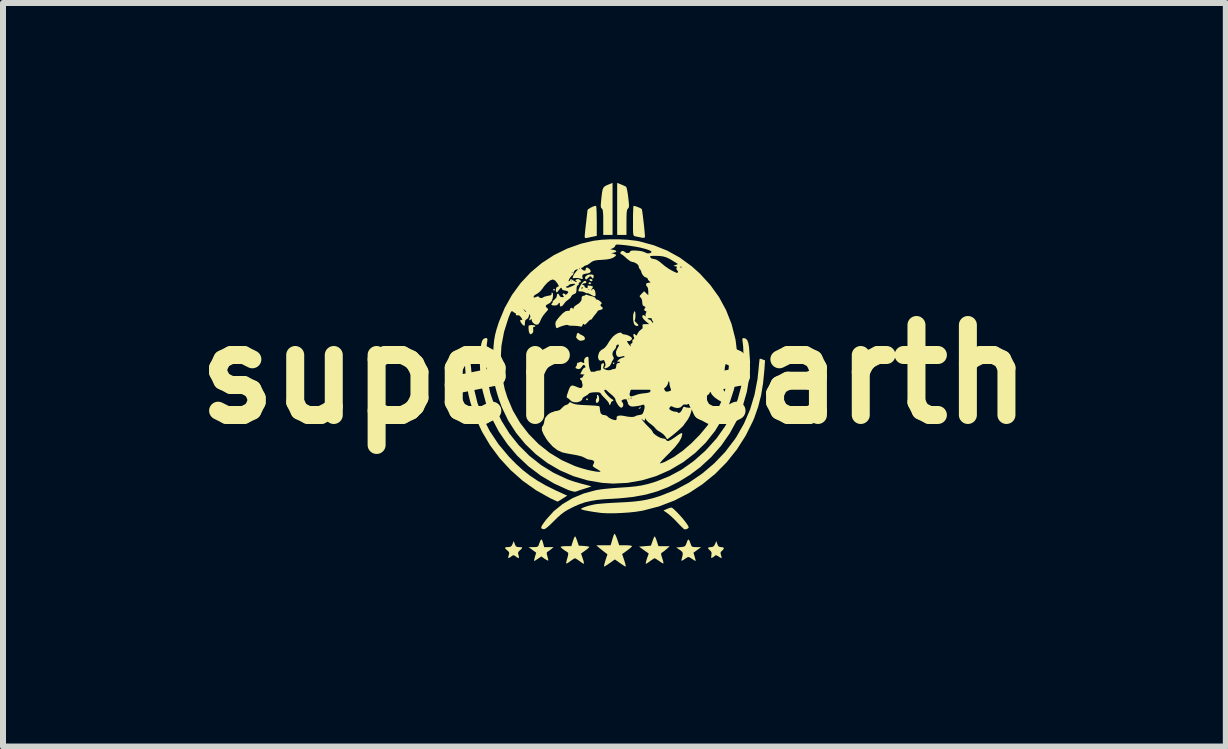
<source format=kicad_pcb>
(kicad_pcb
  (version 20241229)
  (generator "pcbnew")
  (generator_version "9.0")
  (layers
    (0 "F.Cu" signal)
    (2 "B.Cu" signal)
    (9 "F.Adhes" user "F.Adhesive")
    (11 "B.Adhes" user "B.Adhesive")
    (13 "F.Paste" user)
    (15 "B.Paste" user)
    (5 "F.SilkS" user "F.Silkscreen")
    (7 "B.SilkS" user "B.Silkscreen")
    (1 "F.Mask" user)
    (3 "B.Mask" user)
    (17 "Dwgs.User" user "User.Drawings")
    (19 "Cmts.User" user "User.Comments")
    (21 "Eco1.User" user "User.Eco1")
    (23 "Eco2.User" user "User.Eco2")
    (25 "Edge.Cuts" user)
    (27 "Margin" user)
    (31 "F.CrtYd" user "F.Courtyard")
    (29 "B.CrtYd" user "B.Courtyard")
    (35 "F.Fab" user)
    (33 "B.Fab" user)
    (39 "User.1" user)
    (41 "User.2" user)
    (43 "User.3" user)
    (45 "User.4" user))
  (footprint "super-earth"
    (layer "F.Cu")
    (at 7.193 3.19)
    (property "Reference" "super-earth" (at 0 0 0) (layer "F.SilkS") (effects (font (size 1.5 1.5) (thickness 0.3))))
    (attr board_only exclude_from_pos_files exclude_from_bom)
    (fp_poly (pts (xy 0.441 0.558) (xy 0.425 0.571) (xy 0.407 0.573) (xy 0.403 0.567) (xy 0.415 0.557) (xy 0.427 0.552) (xy 0.443 0.551)) (stroke (width 0) (type solid)) (fill yes) (layer "F.SilkS"))
    (fp_poly (pts (xy -0.992 -1.413) (xy -0.991 -1.409) (xy -1.003 -1.394) (xy -1.007 -1.394) (xy -1.022 -1.406) (xy -1.022 -1.409) (xy -1.01 -1.424) (xy -1.007 -1.425)) (stroke (width 0) (type solid)) (fill yes) (layer "F.SilkS"))
    (fp_poly (pts (xy -0.44 0.41) (xy -0.441 0.418) (xy -0.455 0.433) (xy -0.457 0.434) (xy -0.469 0.423) (xy -0.472 0.418) (xy -0.469 0.405) (xy -0.457 0.403)) (stroke (width 0) (type solid)) (fill yes) (layer "F.SilkS"))
    (fp_poly (pts (xy -0.39 -1.525) (xy -0.387 -1.518) (xy -0.4 -1.504) (xy -0.41 -1.502) (xy -0.431 -1.511) (xy -0.434 -1.518) (xy -0.421 -1.532) (xy -0.41 -1.533)) (stroke (width 0) (type solid)) (fill yes) (layer "F.SilkS"))
    (fp_poly (pts (xy -0.382 -1.586) (xy -0.364 -1.572) (xy -0.365 -1.563) (xy -0.387 -1.549) (xy -0.409 -1.563) (xy -0.411 -1.565) (xy -0.415 -1.586) (xy -0.396 -1.59)) (stroke (width 0) (type solid)) (fill yes) (layer "F.SilkS"))
    (fp_poly (pts (xy -0.000177 -0.189) (xy 0 -0.186) (xy -0.012 -0.171) (xy -0.016 -0.17) (xy -0.026 -0.18) (xy -0.023 -0.186) (xy -0.009 -0.201) (xy -0.007 -0.201)) (stroke (width 0) (type solid)) (fill yes) (layer "F.SilkS"))
    (fp_poly (pts (xy -0.262 0.363) (xy -0.254 0.399) (xy -0.256 0.437) (xy -0.266 0.46) (xy -0.29 0.479) (xy -0.306 0.469) (xy -0.31 0.441) (xy -0.305 0.412) (xy -0.296 0.403) (xy -0.288 0.39) (xy -0.29 0.37) (xy -0.291 0.345) (xy -0.279 0.343)) (stroke (width 0) (type solid)) (fill yes) (layer "F.SilkS"))
    (fp_poly (pts (xy -0.346 -1.649) (xy -0.347 -1.618) (xy -0.348 -1.616) (xy -0.357 -1.596) (xy -0.369 -1.602) (xy -0.379 -1.616) (xy -0.396 -1.634) (xy -0.411 -1.632) (xy -0.432 -1.612) (xy -0.458 -1.587) (xy -0.472 -1.581) (xy -0.484 -1.588) (xy -0.491 -1.613) (xy -0.475 -1.638) (xy -0.441 -1.658) (xy -0.421 -1.663) (xy -0.371 -1.664)) (stroke (width 0) (type solid)) (fill yes) (layer "F.SilkS"))
    (fp_poly (pts (xy -0.589 -0.682) (xy -0.576 -0.668) (xy -0.544 -0.654) (xy -0.544 -0.654) (xy -0.508 -0.632) (xy -0.491 -0.605) (xy -0.495 -0.58) (xy -0.517 -0.567) (xy -0.56 -0.559) (xy -0.589 -0.566) (xy -0.616 -0.586) (xy -0.638 -0.615) (xy -0.635 -0.635) (xy -0.627 -0.66) (xy -0.628 -0.667) (xy -0.622 -0.681) (xy -0.612 -0.687) (xy -0.592 -0.688)) (stroke (width 0) (type solid)) (fill yes) (layer "F.SilkS"))
    (fp_poly (pts (xy -1.344 -0.818) (xy -1.32 -0.811) (xy -1.316 -0.805) (xy -1.329 -0.792) (xy -1.34 -0.79) (xy -1.356 -0.782) (xy -1.354 -0.753) (xy -1.354 -0.751) (xy -1.353 -0.711) (xy -1.363 -0.689) (xy -1.391 -0.667) (xy -1.412 -0.675) (xy -1.426 -0.712) (xy -1.429 -0.732) (xy -1.432 -0.775) (xy -1.431 -0.804) (xy -1.429 -0.809) (xy -1.411 -0.818) (xy -1.378 -0.821)) (stroke (width 0) (type solid)) (fill yes) (layer "F.SilkS"))
    (fp_poly (pts (xy 0.349 -1.025) (xy 0.351 -0.976) (xy 0.351 -0.976) (xy 0.348 -0.932) (xy 0.342 -0.904) (xy 0.337 -0.898) (xy 0.338 -0.889) (xy 0.357 -0.867) (xy 0.363 -0.862) (xy 0.394 -0.83) (xy 0.4 -0.812) (xy 0.381 -0.806) (xy 0.371 -0.805) (xy 0.34 -0.82) (xy 0.325 -0.845) (xy 0.312 -0.908) (xy 0.312 -0.979) (xy 0.32 -1.018) (xy 0.331 -1.048) (xy 0.342 -1.05)) (stroke (width 0) (type solid)) (fill yes) (layer "F.SilkS"))
    (fp_poly (pts (xy -0.031 -2.756) (xy -0.031 -2.323) (xy -0.108 -2.323) (xy -0.186 -2.323) (xy -0.186 -2.534) (xy -0.186 -2.622) (xy -0.189 -2.684) (xy -0.193 -2.725) (xy -0.199 -2.749) (xy -0.209 -2.763) (xy -0.21 -2.763) (xy -0.221 -2.775) (xy -0.226 -2.793) (xy -0.227 -2.824) (xy -0.223 -2.875) (xy -0.216 -2.948) (xy -0.207 -3.024) (xy -0.197 -3.077) (xy -0.183 -3.111) (xy -0.159 -3.135) (xy -0.123 -3.154) (xy -0.07 -3.175) (xy -0.031 -3.19)) (stroke (width 0) (type solid)) (fill yes) (layer "F.SilkS"))
    (fp_poly (pts (xy 0.112 -3.165) (xy 0.156 -3.146) (xy 0.188 -3.13) (xy 0.195 -3.126) (xy 0.204 -3.106) (xy 0.214 -3.062) (xy 0.224 -3.001) (xy 0.231 -2.947) (xy 0.239 -2.873) (xy 0.243 -2.823) (xy 0.242 -2.792) (xy 0.236 -2.774) (xy 0.226 -2.763) (xy 0.216 -2.751) (xy 0.209 -2.728) (xy 0.204 -2.689) (xy 0.202 -2.629) (xy 0.201 -2.543) (xy 0.201 -2.534) (xy 0.201 -2.323) (xy 0.124 -2.323) (xy 0.046 -2.323) (xy 0.046 -2.757) (xy 0.046 -3.19)) (stroke (width 0) (type solid)) (fill yes) (layer "F.SilkS"))
    (fp_poly (pts (xy 0.97 2.232) (xy 0.982 2.241) (xy 1.029 2.285) (xy 1.081 2.339) (xy 1.132 2.396) (xy 1.178 2.453) (xy 1.214 2.502) (xy 1.235 2.539) (xy 1.239 2.553) (xy 1.226 2.57) (xy 1.195 2.583) (xy 1.172 2.586) (xy 1.154 2.575) (xy 1.122 2.545) (xy 1.08 2.503) (xy 1.056 2.477) (xy 1.003 2.422) (xy 0.948 2.37) (xy 0.9 2.329) (xy 0.888 2.32) (xy 0.818 2.27) (xy 0.884 2.242) (xy 0.925 2.226) (xy 0.95 2.222)) (stroke (width 0) (type solid)) (fill yes) (layer "F.SilkS"))
    (fp_poly (pts (xy -0.306 -2.808) (xy -0.302 -2.791) (xy -0.299 -2.749) (xy -0.296 -2.686) (xy -0.295 -2.608) (xy -0.294 -2.555) (xy -0.294 -2.308) (xy -0.337 -2.299) (xy -0.382 -2.29) (xy -0.434 -2.278) (xy -0.438 -2.277) (xy -0.475 -2.271) (xy -0.492 -2.275) (xy -0.495 -2.295) (xy -0.495 -2.298) (xy -0.494 -2.325) (xy -0.489 -2.377) (xy -0.482 -2.444) (xy -0.473 -2.521) (xy -0.472 -2.525) (xy -0.464 -2.6) (xy -0.456 -2.665) (xy -0.451 -2.712) (xy -0.449 -2.736) (xy -0.449 -2.737) (xy -0.436 -2.753) (xy -0.405 -2.773) (xy -0.365 -2.793) (xy -0.329 -2.806) (xy -0.306 -2.808)) (stroke (width 0) (type solid)) (fill yes) (layer "F.SilkS"))
    (fp_poly (pts (xy -1.661 2.831) (xy -1.645 2.865) (xy -1.62 2.879) (xy -1.588 2.881) (xy -1.548 2.883) (xy -1.536 2.892) (xy -1.551 2.912) (xy -1.574 2.933) (xy -1.601 2.96) (xy -1.607 2.985) (xy -1.598 3.018) (xy -1.59 3.053) (xy -1.598 3.065) (xy -1.624 3.052) (xy -1.644 3.037) (xy -1.672 3.018) (xy -1.692 3.018) (xy -1.72 3.037) (xy -1.755 3.061) (xy -1.771 3.062) (xy -1.769 3.039) (xy -1.762 3.018) (xy -1.753 2.982) (xy -1.762 2.958) (xy -1.786 2.936) (xy -1.819 2.906) (xy -1.823 2.889) (xy -1.8 2.882) (xy -1.773 2.881) (xy -1.734 2.876) (xy -1.711 2.857) (xy -1.699 2.831) (xy -1.678 2.78)) (stroke (width 0) (type solid)) (fill yes) (layer "F.SilkS"))
    (fp_poly (pts (xy 0.336 -2.806) (xy 0.369 -2.796) (xy 0.408 -2.781) (xy 0.442 -2.765) (xy 0.456 -2.755) (xy 0.46 -2.738) (xy 0.467 -2.696) (xy 0.475 -2.637) (xy 0.483 -2.567) (xy 0.492 -2.493) (xy 0.499 -2.421) (xy 0.505 -2.359) (xy 0.509 -2.313) (xy 0.509 -2.29) (xy 0.509 -2.289) (xy 0.498 -2.276) (xy 0.471 -2.275) (xy 0.441 -2.281) (xy 0.392 -2.291) (xy 0.35 -2.3) (xy 0.345 -2.301) (xy 0.332 -2.305) (xy 0.322 -2.313) (xy 0.316 -2.329) (xy 0.312 -2.359) (xy 0.31 -2.407) (xy 0.31 -2.478) (xy 0.31 -2.553) (xy 0.31 -2.637) (xy 0.312 -2.71) (xy 0.314 -2.766) (xy 0.317 -2.8) (xy 0.319 -2.807)) (stroke (width 0) (type solid)) (fill yes) (layer "F.SilkS"))
    (fp_poly (pts (xy 1.716 2.831) (xy 1.733 2.866) (xy 1.758 2.879) (xy 1.78 2.881) (xy 1.817 2.887) (xy 1.825 2.905) (xy 1.805 2.932) (xy 1.794 2.942) (xy 1.772 2.964) (xy 1.77 2.99) (xy 1.778 3.018) (xy 1.788 3.052) (xy 1.784 3.064) (xy 1.761 3.054) (xy 1.734 3.035) (xy 1.7 3.017) (xy 1.681 3.019) (xy 1.681 3.02) (xy 1.66 3.039) (xy 1.639 3.053) (xy 1.618 3.062) (xy 1.612 3.053) (xy 1.616 3.022) (xy 1.617 3.015) (xy 1.62 2.975) (xy 1.607 2.948) (xy 1.588 2.931) (xy 1.562 2.904) (xy 1.565 2.888) (xy 1.597 2.881) (xy 1.613 2.881) (xy 1.647 2.874) (xy 1.669 2.848) (xy 1.678 2.831) (xy 1.698 2.78)) (stroke (width 0) (type solid)) (fill yes) (layer "F.SilkS"))
    (fp_poly (pts (xy -1.206 2.762) (xy -1.192 2.802) (xy -1.19 2.809) (xy -1.171 2.881) (xy -1.093 2.881) (xy -1.014 2.882) (xy -1.052 2.913) (xy -1.086 2.94) (xy -1.113 2.957) (xy -1.127 2.97) (xy -1.128 2.992) (xy -1.118 3.032) (xy -1.117 3.036) (xy -1.106 3.076) (xy -1.102 3.102) (xy -1.103 3.106) (xy -1.118 3.102) (xy -1.149 3.085) (xy -1.164 3.075) (xy -1.219 3.037) (xy -1.275 3.075) (xy -1.31 3.098) (xy -1.334 3.112) (xy -1.338 3.113) (xy -1.339 3.1) (xy -1.331 3.066) (xy -1.325 3.044) (xy -1.304 2.974) (xy -1.368 2.927) (xy -1.431 2.881) (xy -1.352 2.881) (xy -1.305 2.88) (xy -1.279 2.872) (xy -1.264 2.853) (xy -1.254 2.823) (xy -1.235 2.773) (xy -1.22 2.753)) (stroke (width 0) (type solid)) (fill yes) (layer "F.SilkS"))
    (fp_poly (pts (xy 1.25 2.771) (xy 1.268 2.818) (xy 1.269 2.823) (xy 1.282 2.857) (xy 1.297 2.874) (xy 1.326 2.88) (xy 1.367 2.881) (xy 1.446 2.881) (xy 1.382 2.928) (xy 1.318 2.975) (xy 1.339 3.044) (xy 1.35 3.085) (xy 1.354 3.109) (xy 1.353 3.113) (xy 1.337 3.105) (xy 1.305 3.085) (xy 1.29 3.075) (xy 1.254 3.052) (xy 1.231 3.046) (xy 1.209 3.055) (xy 1.194 3.065) (xy 1.149 3.095) (xy 1.125 3.108) (xy 1.116 3.105) (xy 1.119 3.087) (xy 1.121 3.081) (xy 1.136 3.023) (xy 1.14 2.986) (xy 1.131 2.962) (xy 1.108 2.94) (xy 1.089 2.927) (xy 1.03 2.888) (xy 1.106 2.881) (xy 1.152 2.875) (xy 1.178 2.863) (xy 1.194 2.837) (xy 1.205 2.806) (xy 1.221 2.766) (xy 1.235 2.754)) (stroke (width 0) (type solid)) (fill yes) (layer "F.SilkS"))
    (fp_poly (pts (xy 0.678 2.71) (xy 0.693 2.741) (xy 0.706 2.779) (xy 0.734 2.865) (xy 0.828 2.866) (xy 0.922 2.866) (xy 0.873 2.91) (xy 0.836 2.942) (xy 0.803 2.966) (xy 0.797 2.97) (xy 0.783 2.98) (xy 0.778 2.996) (xy 0.784 3.025) (xy 0.797 3.065) (xy 0.811 3.111) (xy 0.818 3.143) (xy 0.817 3.153) (xy 0.802 3.149) (xy 0.77 3.13) (xy 0.746 3.113) (xy 0.707 3.087) (xy 0.679 3.07) (xy 0.67 3.067) (xy 0.652 3.076) (xy 0.618 3.098) (xy 0.597 3.113) (xy 0.56 3.14) (xy 0.532 3.157) (xy 0.525 3.16) (xy 0.523 3.146) (xy 0.53 3.112) (xy 0.542 3.074) (xy 0.572 2.988) (xy 0.491 2.931) (xy 0.411 2.873) (xy 0.51 2.865) (xy 0.609 2.857) (xy 0.634 2.785) (xy 0.65 2.741) (xy 0.664 2.71) (xy 0.669 2.702)) (stroke (width 0) (type solid)) (fill yes) (layer "F.SilkS"))
    (fp_poly (pts (xy 0.01 2.666) (xy 0.026 2.696) (xy 0.044 2.743) (xy 0.046 2.748) (xy 0.08 2.85) (xy 0.187 2.85) (xy 0.24 2.852) (xy 0.279 2.857) (xy 0.294 2.864) (xy 0.294 2.864) (xy 0.283 2.88) (xy 0.252 2.907) (xy 0.212 2.938) (xy 0.129 2.997) (xy 0.164 3.102) (xy 0.18 3.153) (xy 0.188 3.19) (xy 0.188 3.206) (xy 0.187 3.206) (xy 0.169 3.198) (xy 0.134 3.175) (xy 0.092 3.146) (xy 0.008 3.086) (xy -0.076 3.146) (xy -0.12 3.176) (xy -0.155 3.198) (xy -0.171 3.206) (xy -0.173 3.193) (xy -0.165 3.157) (xy -0.151 3.108) (xy -0.15 3.103) (xy -0.116 3.001) (xy -0.17 2.96) (xy -0.214 2.925) (xy -0.256 2.891) (xy -0.263 2.885) (xy -0.302 2.851) (xy -0.182 2.85) (xy -0.063 2.85) (xy -0.037 2.761) (xy -0.022 2.711) (xy -0.008 2.673) (xy -0.000006 2.659)) (stroke (width 0) (type solid)) (fill yes) (layer "F.SilkS"))
    (fp_poly (pts (xy -2.407 -0.26) (xy -2.407 -0.26) (xy -2.404 -0.243) (xy -2.399 -0.202) (xy -2.393 -0.142) (xy -2.386 -0.07) (xy -2.386 -0.065) (xy -2.348 0.211) (xy -2.285 0.471) (xy -2.195 0.716) (xy -2.078 0.947) (xy -1.932 1.166) (xy -1.758 1.374) (xy -1.637 1.497) (xy -1.524 1.599) (xy -1.408 1.69) (xy -1.284 1.773) (xy -1.145 1.853) (xy -0.987 1.932) (xy -0.838 2) (xy -0.786 2.023) (xy -0.863 2.072) (xy -0.905 2.099) (xy -0.936 2.117) (xy -0.947 2.122) (xy -0.963 2.115) (xy -1 2.099) (xy -1.052 2.074) (xy -1.077 2.062) (xy -1.31 1.931) (xy -1.528 1.776) (xy -1.729 1.598) (xy -1.911 1.401) (xy -2.071 1.186) (xy -2.207 0.957) (xy -2.319 0.716) (xy -2.402 0.465) (xy -2.431 0.349) (xy -2.445 0.272) (xy -2.459 0.174) (xy -2.472 0.066) (xy -2.483 -0.041) (xy -2.49 -0.138) (xy -2.493 -0.206) (xy -2.482 -0.226) (xy -2.456 -0.247) (xy -2.427 -0.26)) (stroke (width 0) (type solid)) (fill yes) (layer "F.SilkS"))
    (fp_poly (pts (xy -0.642 2.722) (xy -0.627 2.76) (xy -0.618 2.785) (xy -0.594 2.857) (xy -0.506 2.862) (xy -0.458 2.867) (xy -0.427 2.873) (xy -0.418 2.879) (xy -0.43 2.893) (xy -0.46 2.919) (xy -0.487 2.939) (xy -0.556 2.988) (xy -0.527 3.074) (xy -0.513 3.119) (xy -0.507 3.15) (xy -0.509 3.16) (xy -0.527 3.151) (xy -0.561 3.129) (xy -0.582 3.113) (xy -0.62 3.087) (xy -0.648 3.07) (xy -0.655 3.067) (xy -0.675 3.075) (xy -0.708 3.096) (xy -0.717 3.103) (xy -0.765 3.137) (xy -0.792 3.153) (xy -0.804 3.153) (xy -0.805 3.147) (xy -0.801 3.126) (xy -0.791 3.085) (xy -0.783 3.058) (xy -0.772 3.014) (xy -0.77 2.982) (xy -0.773 2.974) (xy -0.833 2.934) (xy -0.875 2.902) (xy -0.896 2.881) (xy -0.898 2.877) (xy -0.884 2.871) (xy -0.848 2.866) (xy -0.808 2.865) (xy -0.718 2.865) (xy -0.691 2.779) (xy -0.675 2.734) (xy -0.661 2.707) (xy -0.653 2.702)) (stroke (width 0) (type solid)) (fill yes) (layer "F.SilkS"))
    (fp_poly (pts (xy -0.434 -0.283) (xy -0.432 -0.275) (xy -0.431 -0.249) (xy -0.429 -0.205) (xy -0.427 -0.175) (xy -0.421 -0.124) (xy -0.411 -0.084) (xy -0.404 -0.071) (xy -0.393 -0.043) (xy -0.402 -0.016) (xy -0.42 0.007) (xy -0.43 0.013) (xy -0.452 0.01) (xy -0.491 0.006) (xy -0.505 0.004) (xy -0.569 -0.002) (xy -0.544 -0.055) (xy -0.524 -0.09) (xy -0.504 -0.108) (xy -0.5 -0.108) (xy -0.482 -0.117) (xy -0.488 -0.139) (xy -0.498 -0.151) (xy -0.515 -0.158) (xy -0.534 -0.14) (xy -0.543 -0.125) (xy -0.569 -0.095) (xy -0.597 -0.087) (xy -0.61 -0.089) (xy -0.644 -0.101) (xy -0.648 -0.119) (xy -0.639 -0.13) (xy -0.63 -0.143) (xy -0.624 -0.165) (xy -0.621 -0.187) (xy -0.61 -0.196) (xy -0.605 -0.194) (xy -0.585 -0.196) (xy -0.581 -0.201) (xy -0.561 -0.209) (xy -0.542 -0.201) (xy -0.511 -0.187) (xy -0.501 -0.192) (xy -0.505 -0.208) (xy -0.505 -0.238) (xy -0.496 -0.262) (xy -0.474 -0.286) (xy -0.45 -0.294)) (stroke (width 0) (type solid)) (fill yes) (layer "F.SilkS"))
    (fp_poly (pts (xy -2.122 -0.6) (xy -2.117 -0.582) (xy -2.121 -0.543) (xy -2.123 -0.53) (xy -2.13 -0.47) (xy -2.134 -0.386) (xy -2.136 -0.289) (xy -2.135 -0.187) (xy -2.133 -0.088) (xy -2.128 -0.000152) (xy -2.121 0.067) (xy -2.069 0.314) (xy -1.988 0.552) (xy -1.881 0.777) (xy -1.75 0.988) (xy -1.595 1.182) (xy -1.419 1.358) (xy -1.223 1.513) (xy -1.01 1.645) (xy -0.786 1.749) (xy -0.731 1.769) (xy -0.658 1.793) (xy -0.578 1.816) (xy -0.539 1.827) (xy -0.381 1.869) (xy -0.504 1.909) (xy -0.564 1.928) (xy -0.614 1.945) (xy -0.646 1.956) (xy -0.65 1.957) (xy -0.676 1.956) (xy -0.72 1.945) (xy -0.767 1.93) (xy -1.004 1.822) (xy -1.227 1.69) (xy -1.432 1.535) (xy -1.619 1.359) (xy -1.784 1.165) (xy -1.928 0.954) (xy -2.046 0.73) (xy -2.138 0.494) (xy -2.2 0.263) (xy -2.221 0.129) (xy -2.236 -0.019) (xy -2.243 -0.169) (xy -2.241 -0.312) (xy -2.232 -0.426) (xy -2.22 -0.505) (xy -2.205 -0.558) (xy -2.184 -0.589) (xy -2.155 -0.602) (xy -2.137 -0.604)) (stroke (width 0) (type solid)) (fill yes) (layer "F.SilkS"))
    (fp_poly (pts (xy -0.481 -1.557) (xy -0.465 -1.537) (xy -0.476 -1.521) (xy -0.495 -1.518) (xy -0.524 -1.511) (xy -0.534 -1.502) (xy -0.531 -1.489) (xy -0.519 -1.487) (xy -0.501 -1.481) (xy -0.501 -1.474) (xy -0.496 -1.458) (xy -0.479 -1.443) (xy -0.454 -1.435) (xy -0.445 -1.451) (xy -0.447 -1.476) (xy -0.436 -1.48) (xy -0.408 -1.477) (xy -0.378 -1.471) (xy -0.358 -1.462) (xy -0.361 -1.448) (xy -0.372 -1.433) (xy -0.384 -1.409) (xy -0.382 -1.399) (xy -0.372 -1.401) (xy -0.372 -1.407) (xy -0.364 -1.425) (xy -0.348 -1.423) (xy -0.33 -1.404) (xy -0.319 -1.376) (xy -0.313 -1.327) (xy -0.319 -1.303) (xy -0.343 -1.302) (xy -0.386 -1.324) (xy -0.397 -1.331) (xy -0.431 -1.348) (xy -0.453 -1.353) (xy -0.455 -1.352) (xy -0.472 -1.353) (xy -0.488 -1.363) (xy -0.521 -1.377) (xy -0.558 -1.382) (xy -0.589 -1.382) (xy -0.601 -1.389) (xy -0.597 -1.412) (xy -0.594 -1.417) (xy -0.434 -1.417) (xy -0.426 -1.409) (xy -0.418 -1.417) (xy -0.426 -1.425) (xy -0.434 -1.417) (xy -0.594 -1.417) (xy -0.585 -1.44) (xy -0.55 -1.44) (xy -0.549 -1.426) (xy -0.543 -1.425) (xy -0.527 -1.436) (xy -0.527 -1.44) (xy -0.532 -1.455) (xy -0.533 -1.456) (xy -0.547 -1.445) (xy -0.55 -1.44) (xy -0.585 -1.44) (xy -0.582 -1.448) (xy -0.556 -1.498) (xy -0.526 -1.536) (xy -0.498 -1.557)) (stroke (width 0) (type solid)) (fill yes) (layer "F.SilkS"))
    (fp_poly (pts (xy 2.439 -0.258) (xy 2.469 -0.248) (xy 2.511 -0.232) (xy 2.501 -0.081) (xy 2.479 0.146) (xy 2.445 0.352) (xy 2.396 0.543) (xy 2.332 0.726) (xy 2.312 0.774) (xy 2.189 1.022) (xy 2.042 1.253) (xy 1.872 1.466) (xy 1.681 1.659) (xy 1.47 1.831) (xy 1.243 1.98) (xy 1.001 2.104) (xy 0.746 2.202) (xy 0.481 2.271) (xy 0.455 2.276) (xy 0.356 2.292) (xy 0.241 2.304) (xy 0.117 2.312) (xy -0.005 2.317) (xy -0.118 2.317) (xy -0.213 2.312) (xy -0.24 2.309) (xy -0.34 2.295) (xy -0.426 2.281) (xy -0.493 2.268) (xy -0.538 2.256) (xy -0.557 2.247) (xy -0.558 2.246) (xy -0.543 2.233) (xy -0.506 2.217) (xy -0.451 2.198) (xy -0.385 2.181) (xy -0.325 2.168) (xy -0.283 2.162) (xy -0.217 2.156) (xy -0.132 2.149) (xy -0.035 2.143) (xy 0.067 2.138) (xy 0.077 2.137) (xy 0.222 2.13) (xy 0.342 2.12) (xy 0.446 2.107) (xy 0.54 2.09) (xy 0.632 2.068) (xy 0.728 2.039) (xy 0.766 2.027) (xy 1.009 1.93) (xy 1.242 1.806) (xy 1.461 1.657) (xy 1.664 1.485) (xy 1.847 1.294) (xy 2.006 1.085) (xy 2.034 1.044) (xy 2.161 0.82) (xy 2.262 0.587) (xy 2.336 0.34) (xy 2.386 0.079) (xy 2.401 -0.065) (xy 2.408 -0.138) (xy 2.414 -0.199) (xy 2.419 -0.241) (xy 2.423 -0.259) (xy 2.423 -0.26)) (stroke (width 0) (type solid)) (fill yes) (layer "F.SilkS"))
    (fp_poly (pts (xy 2.188 -0.596) (xy 2.214 -0.57) (xy 2.233 -0.521) (xy 2.245 -0.449) (xy 2.262 -0.201) (xy 2.249 0.048) (xy 2.208 0.292) (xy 2.139 0.532) (xy 2.044 0.763) (xy 1.924 0.983) (xy 1.781 1.189) (xy 1.615 1.379) (xy 1.428 1.551) (xy 1.256 1.679) (xy 1.076 1.79) (xy 0.898 1.88) (xy 0.716 1.951) (xy 0.526 2.005) (xy 0.32 2.043) (xy 0.094 2.067) (xy -0.029 2.075) (xy -0.173 2.083) (xy -0.294 2.095) (xy -0.396 2.112) (xy -0.489 2.134) (xy -0.577 2.164) (xy -0.669 2.204) (xy -0.712 2.225) (xy -0.781 2.261) (xy -0.838 2.296) (xy -0.891 2.336) (xy -0.949 2.388) (xy -1.004 2.442) (xy -1.066 2.503) (xy -1.111 2.544) (xy -1.143 2.569) (xy -1.167 2.581) (xy -1.187 2.581) (xy -1.204 2.576) (xy -1.219 2.566) (xy -1.22 2.548) (xy -1.207 2.519) (xy -1.176 2.474) (xy -1.138 2.423) (xy -1.011 2.282) (xy -0.862 2.162) (xy -0.693 2.062) (xy -0.506 1.985) (xy -0.305 1.931) (xy -0.291 1.929) (xy -0.229 1.919) (xy -0.146 1.909) (xy -0.049 1.9) (xy 0.052 1.892) (xy 0.102 1.889) (xy 0.239 1.88) (xy 0.354 1.868) (xy 0.454 1.853) (xy 0.549 1.831) (xy 0.645 1.804) (xy 0.693 1.788) (xy 0.916 1.699) (xy 1.124 1.587) (xy 1.32 1.448) (xy 1.509 1.281) (xy 1.527 1.263) (xy 1.701 1.071) (xy 1.846 0.866) (xy 1.964 0.649) (xy 2.056 0.417) (xy 2.114 0.201) (xy 2.125 0.135) (xy 2.134 0.047) (xy 2.142 -0.056) (xy 2.147 -0.166) (xy 2.15 -0.274) (xy 2.15 -0.374) (xy 2.147 -0.458) (xy 2.141 -0.515) (xy 2.134 -0.565) (xy 2.134 -0.592) (xy 2.142 -0.603) (xy 2.152 -0.604)) (stroke (width 0) (type solid)) (fill yes) (layer "F.SilkS"))
    (fp_poly (pts (xy -0.455 -1.324) (xy -0.423 -1.313) (xy -0.41 -1.309) (xy -0.359 -1.297) (xy -0.323 -1.279) (xy -0.31 -1.26) (xy -0.302 -1.245) (xy -0.295 -1.246) (xy -0.276 -1.243) (xy -0.245 -1.223) (xy -0.237 -1.217) (xy -0.214 -1.192) (xy -0.21 -1.179) (xy -0.213 -1.178) (xy -0.228 -1.167) (xy -0.232 -1.146) (xy -0.223 -1.131) (xy -0.218 -1.131) (xy -0.202 -1.118) (xy -0.196 -1.107) (xy -0.198 -1.087) (xy -0.228 -1.075) (xy -0.233 -1.074) (xy -0.265 -1.065) (xy -0.279 -1.055) (xy -0.279 -1.055) (xy -0.288 -1.039) (xy -0.311 -1.008) (xy -0.325 -0.991) (xy -0.353 -0.956) (xy -0.37 -0.931) (xy -0.372 -0.925) (xy -0.384 -0.914) (xy -0.39 -0.914) (xy -0.411 -0.903) (xy -0.44 -0.876) (xy -0.451 -0.863) (xy -0.481 -0.833) (xy -0.499 -0.826) (xy -0.508 -0.834) (xy -0.521 -0.843) (xy -0.53 -0.824) (xy -0.531 -0.82) (xy -0.543 -0.796) (xy -0.568 -0.796) (xy -0.576 -0.798) (xy -0.613 -0.805) (xy -0.665 -0.809) (xy -0.689 -0.809) (xy -0.735 -0.81) (xy -0.767 -0.816) (xy -0.775 -0.821) (xy -0.793 -0.824) (xy -0.83 -0.817) (xy -0.877 -0.803) (xy -0.925 -0.784) (xy -0.945 -0.774) (xy -0.964 -0.769) (xy -0.974 -0.785) (xy -0.981 -0.816) (xy -0.984 -0.849) (xy -0.977 -0.877) (xy -0.957 -0.909) (xy -0.92 -0.955) (xy -0.919 -0.957) (xy -0.861 -1.018) (xy -0.813 -1.052) (xy -0.774 -1.06) (xy -0.763 -1.057) (xy -0.746 -1.063) (xy -0.743 -1.074) (xy -0.734 -1.101) (xy -0.714 -1.11) (xy -0.695 -1.098) (xy -0.685 -1.086) (xy -0.682 -1.103) (xy -0.669 -1.129) (xy -0.639 -1.152) (xy -0.591 -1.183) (xy -0.558 -1.219) (xy -0.545 -1.251) (xy -0.547 -1.261) (xy -0.544 -1.288) (xy -0.533 -1.302) (xy -0.515 -1.311) (xy -0.511 -1.307) (xy -0.504 -1.305) (xy -0.497 -1.315) (xy -0.473 -1.329)) (stroke (width 0) (type solid)) (fill yes) (layer "F.SilkS"))
    (fp_poly (pts (xy 0.224 -2.243) (xy 0.358 -2.227) (xy 0.414 -2.217) (xy 0.657 -2.151) (xy 0.882 -2.061) (xy 1.093 -1.944) (xy 1.291 -1.799) (xy 1.426 -1.678) (xy 1.598 -1.49) (xy 1.744 -1.287) (xy 1.862 -1.069) (xy 1.953 -0.839) (xy 2.015 -0.596) (xy 2.022 -0.558) (xy 2.037 -0.433) (xy 2.044 -0.289) (xy 2.042 -0.138) (xy 2.032 0.012) (xy 2.014 0.15) (xy 1.992 0.256) (xy 1.912 0.502) (xy 1.807 0.732) (xy 1.677 0.945) (xy 1.523 1.139) (xy 1.346 1.312) (xy 1.147 1.465) (xy 0.927 1.595) (xy 0.919 1.599) (xy 0.693 1.698) (xy 0.458 1.768) (xy 0.218 1.81) (xy -0.023 1.822) (xy -0.205 1.81) (xy -0.45 1.768) (xy -0.685 1.698) (xy -0.908 1.601) (xy -1.117 1.479) (xy -1.309 1.333) (xy -1.483 1.166) (xy -1.637 0.979) (xy -1.769 0.774) (xy -1.876 0.551) (xy -1.925 0.418) (xy -1.959 0.309) (xy -1.985 0.214) (xy -2.002 0.124) (xy -2.013 0.03) (xy -2.019 -0.076) (xy -2.021 -0.203) (xy -2.021 -0.225) (xy -2.021 -0.233) (xy -1.896 -0.233) (xy -1.878 0.006) (xy -1.829 0.244) (xy -1.783 0.391) (xy -1.691 0.607) (xy -1.572 0.81) (xy -1.429 0.995) (xy -1.265 1.162) (xy -1.081 1.308) (xy -0.88 1.43) (xy -0.665 1.527) (xy -0.606 1.548) (xy -0.531 1.571) (xy -0.454 1.592) (xy -0.381 1.608) (xy -0.316 1.62) (xy -0.267 1.626) (xy -0.238 1.625) (xy -0.232 1.62) (xy -0.244 1.609) (xy -0.276 1.589) (xy -0.302 1.573) (xy -0.342 1.548) (xy -0.36 1.531) (xy -0.359 1.515) (xy -0.349 1.499) (xy -0.336 1.463) (xy -0.351 1.438) (xy -0.391 1.425) (xy -0.405 1.425) (xy -0.45 1.416) (xy -0.493 1.393) (xy -0.537 1.372) (xy -0.607 1.353) (xy -0.675 1.34) (xy -0.745 1.328) (xy -0.812 1.315) (xy -0.864 1.303) (xy -0.875 1.3) (xy -0.952 1.264) (xy -1.031 1.202) (xy -1.105 1.119) (xy -1.133 1.081) (xy -1.183 0.997) (xy -1.209 0.932) (xy -1.209 0.884) (xy -1.196 0.862) (xy -1.179 0.831) (xy -1.169 0.787) (xy -1.169 0.782) (xy -1.156 0.73) (xy -1.12 0.684) (xy -1.116 0.68) (xy -1.081 0.652) (xy -1.053 0.636) (xy -1.047 0.635) (xy -1.02 0.627) (xy -1.016 0.624) (xy -0.994 0.615) (xy -0.957 0.61) (xy -0.909 0.595) (xy -0.872 0.559) (xy -0.84 0.528) (xy -0.811 0.512) (xy -0.805 0.511) (xy -0.774 0.499) (xy -0.761 0.484) (xy -0.748 0.467) (xy -0.731 0.467) (xy -0.702 0.482) (xy -0.67 0.495) (xy -0.621 0.504) (xy -0.549 0.511) (xy -0.46 0.515) (xy -0.385 0.519) (xy -0.321 0.523) (xy -0.275 0.528) (xy -0.253 0.532) (xy -0.252 0.533) (xy -0.245 0.553) (xy -0.241 0.591) (xy -0.241 0.597) (xy -0.23 0.648) (xy -0.199 0.675) (xy -0.16 0.681) (xy -0.127 0.691) (xy -0.113 0.704) (xy -0.09 0.725) (xy -0.05 0.746) (xy -0.008 0.761) (xy 0.023 0.764) (xy 0.026 0.764) (xy 0.039 0.746) (xy 0.038 0.74) (xy 0.448 0.74) (xy 0.455 0.751) (xy 0.474 0.775) (xy 0.502 0.807) (xy 0.534 0.843) (xy 0.567 0.876) (xy 0.583 0.892) (xy 0.614 0.924) (xy 0.633 0.949) (xy 0.635 0.956) (xy 0.648 0.979) (xy 0.68 1.008) (xy 0.723 1.037) (xy 0.767 1.059) (xy 0.803 1.069) (xy 0.805 1.069) (xy 0.844 1.076) (xy 0.862 1.092) (xy 0.876 1.11) (xy 0.902 1.112) (xy 0.941 1.094) (xy 0.999 1.057) (xy 1.015 1.045) (xy 1.069 1.007) (xy 1.103 0.986) (xy 1.122 0.979) (xy 1.129 0.984) (xy 1.131 0.999) (xy 1.117 1.057) (xy 1.077 1.129) (xy 1.009 1.215) (xy 0.914 1.315) (xy 0.901 1.328) (xy 0.846 1.383) (xy 0.801 1.43) (xy 0.771 1.465) (xy 0.759 1.484) (xy 0.76 1.486) (xy 0.787 1.48) (xy 0.829 1.465) (xy 0.849 1.456) (xy 0.994 1.377) (xy 1.141 1.273) (xy 1.285 1.149) (xy 1.422 1.01) (xy 1.546 0.861) (xy 1.652 0.706) (xy 1.733 0.558) (xy 1.781 0.458) (xy 1.712 0.415) (xy 1.667 0.382) (xy 1.632 0.346) (xy 1.621 0.331) (xy 1.599 0.289) (xy 1.581 0.323) (xy 1.56 0.346) (xy 1.537 0.356) (xy 1.52 0.35) (xy 1.518 0.341) (xy 1.506 0.334) (xy 1.481 0.34) (xy 1.45 0.348) (xy 1.434 0.345) (xy 1.42 0.35) (xy 1.389 0.372) (xy 1.351 0.406) (xy 1.289 0.46) (xy 1.242 0.493) (xy 1.205 0.506) (xy 1.177 0.503) (xy 1.147 0.507) (xy 1.132 0.524) (xy 1.101 0.552) (xy 1.054 0.563) (xy 1.001 0.554) (xy 0.986 0.547) (xy 0.953 0.533) (xy 0.935 0.536) (xy 0.927 0.544) (xy 0.915 0.569) (xy 0.914 0.577) (xy 0.927 0.592) (xy 0.957 0.609) (xy 0.992 0.621) (xy 1.019 0.624) (xy 1.02 0.623) (xy 1.046 0.627) (xy 1.052 0.634) (xy 1.073 0.646) (xy 1.099 0.633) (xy 1.124 0.601) (xy 1.133 0.579) (xy 1.151 0.545) (xy 1.166 0.541) (xy 1.168 0.542) (xy 1.193 0.552) (xy 1.233 0.557) (xy 1.24 0.558) (xy 1.296 0.558) (xy 1.276 0.637) (xy 1.255 0.696) (xy 1.225 0.751) (xy 1.212 0.77) (xy 1.182 0.81) (xy 1.158 0.844) (xy 1.153 0.852) (xy 1.136 0.871) (xy 1.103 0.902) (xy 1.06 0.941) (xy 1.011 0.983) (xy 0.963 1.022) (xy 0.92 1.055) (xy 0.89 1.077) (xy 0.878 1.082) (xy 0.867 1.066) (xy 0.848 1.036) (xy 0.847 1.034) (xy 0.816 1) (xy 0.772 0.967) (xy 0.759 0.96) (xy 0.718 0.935) (xy 0.688 0.908) (xy 0.683 0.901) (xy 0.662 0.876) (xy 0.625 0.844) (xy 0.603 0.828) (xy 0.563 0.796) (xy 0.533 0.764) (xy 0.526 0.752) (xy 0.516 0.732) (xy 0.512 0.74) (xy 0.512 0.747) (xy 0.506 0.77) (xy 0.501 0.774) (xy 0.482 0.765) (xy 0.458 0.747) (xy 0.448 0.74) (xy 0.038 0.74) (xy 0.037 0.737) (xy 0.038 0.708) (xy 0.064 0.691) (xy 0.11 0.687) (xy 0.157 0.694) (xy 0.233 0.708) (xy 0.296 0.712) (xy 0.338 0.705) (xy 0.349 0.698) (xy 0.374 0.687) (xy 0.413 0.679) (xy 0.417 0.679) (xy 0.453 0.671) (xy 0.474 0.652) (xy 0.49 0.613) (xy 0.503 0.56) (xy 0.502 0.522) (xy 0.487 0.505) (xy 0.467 0.509) (xy 0.438 0.519) (xy 0.39 0.528) (xy 0.355 0.533) (xy 0.304 0.538) (xy 0.272 0.534) (xy 0.25 0.521) (xy 0.241 0.512) (xy 0.224 0.489) (xy 0.224 0.48) (xy 0.226 0.471) (xy 0.217 0.457) (xy 0.207 0.438) (xy 0.211 0.433) (xy 0.212 0.427) (xy 0.203 0.419) (xy 0.17 0.415) (xy 0.145 0.422) (xy 0.12 0.436) (xy 0.121 0.452) (xy 0.133 0.466) (xy 0.148 0.499) (xy 0.145 0.532) (xy 0.126 0.554) (xy 0.111 0.557) (xy 0.089 0.545) (xy 0.062 0.513) (xy 0.037 0.473) (xy 0.019 0.434) (xy 0.015 0.413) (xy 0.014 0.41) (xy 0.232 0.41) (xy 0.24 0.418) (xy 0.248 0.41) (xy 0.24 0.403) (xy 0.232 0.41) (xy 0.014 0.41) (xy 0.004 0.392) (xy 0.268 0.392) (xy 0.271 0.402) (xy 0.279 0.403) (xy 0.292 0.397) (xy 0.289 0.392) (xy 0.271 0.391) (xy 0.268 0.392) (xy 0.004 0.392) (xy 0.004 0.392) (xy -0.025 0.36) (xy -0.058 0.331) (xy -0.063 0.327) (xy 0.253 0.327) (xy 0.257 0.359) (xy 0.281 0.369) (xy 0.328 0.357) (xy 0.353 0.347) (xy 0.403 0.331) (xy 0.465 0.32) (xy 0.494 0.317) (xy 0.544 0.311) (xy 0.581 0.302) (xy 0.593 0.296) (xy 0.603 0.27) (xy 0.585 0.243) (xy 0.543 0.221) (xy 0.528 0.215) (xy 0.489 0.201) (xy 0.473 0.187) (xy 0.474 0.163) (xy 0.475 0.156) (xy 0.485 0.116) (xy 0.451 0.146) (xy 0.43 0.17) (xy 0.434 0.185) (xy 0.437 0.188) (xy 0.446 0.202) (xy 0.428 0.221) (xy 0.426 0.222) (xy 0.402 0.236) (xy 0.382 0.227) (xy 0.367 0.212) (xy 0.337 0.191) (xy 0.307 0.2) (xy 0.28 0.24) (xy 0.268 0.271) (xy 0.253 0.327) (xy -0.063 0.327) (xy -0.098 0.298) (xy -0.127 0.271) (xy -0.137 0.26) (xy -0.152 0.248) (xy -0.168 0.258) (xy -0.17 0.27) (xy -0.16 0.293) (xy -0.134 0.327) (xy -0.1 0.365) (xy -0.066 0.397) (xy -0.039 0.416) (xy -0.032 0.418) (xy -0.016 0.43) (xy -0.015 0.434) (xy -0.028 0.448) (xy -0.037 0.449) (xy -0.054 0.462) (xy -0.056 0.475) (xy -0.066 0.501) (xy -0.076 0.508) (xy -0.089 0.506) (xy -0.087 0.498) (xy -0.092 0.48) (xy -0.115 0.447) (xy -0.152 0.407) (xy -0.154 0.405) (xy -0.193 0.365) (xy -0.221 0.332) (xy -0.232 0.313) (xy -0.232 0.313) (xy -0.246 0.304) (xy -0.28 0.3) (xy -0.325 0.299) (xy -0.371 0.303) (xy -0.407 0.31) (xy -0.425 0.32) (xy -0.425 0.32) (xy -0.442 0.338) (xy -0.477 0.36) (xy -0.486 0.364) (xy -0.519 0.385) (xy -0.534 0.404) (xy -0.533 0.408) (xy -0.541 0.427) (xy -0.567 0.449) (xy -0.57 0.451) (xy -0.621 0.467) (xy -0.674 0.466) (xy -0.718 0.449) (xy -0.732 0.435) (xy -0.761 0.408) (xy -0.777 0.399) (xy -0.795 0.385) (xy -0.794 0.359) (xy -0.79 0.345) (xy -0.765 0.271) (xy -0.745 0.222) (xy -0.726 0.195) (xy -0.704 0.186) (xy -0.674 0.192) (xy -0.631 0.208) (xy -0.63 0.209) (xy -0.583 0.227) (xy -0.556 0.23) (xy -0.54 0.217) (xy -0.532 0.197) (xy -0.525 0.146) (xy -0.542 0.111) (xy -0.551 0.104) (xy -0.564 0.09) (xy 0.718 0.09) (xy 0.727 0.127) (xy 0.763 0.157) (xy 0.788 0.17) (xy 0.822 0.191) (xy 0.829 0.213) (xy 0.829 0.213) (xy 0.829 0.243) (xy 0.838 0.266) (xy 0.858 0.288) (xy 0.891 0.288) (xy 0.896 0.287) (xy 0.928 0.277) (xy 0.943 0.27) (xy 0.942 0.253) (xy 0.932 0.221) (xy 0.925 0.197) (xy 1.802 0.197) (xy 1.811 0.24) (xy 1.814 0.247) (xy 1.835 0.293) (xy 1.854 0.228) (xy 1.866 0.179) (xy 1.878 0.113) (xy 1.889 0.046) (xy 1.897 -0.026) (xy 1.905 -0.102) (xy 1.91 -0.159) (xy 1.912 -0.209) (xy 1.908 -0.236) (xy 1.898 -0.247) (xy 1.887 -0.248) (xy 1.865 -0.239) (xy 1.859 -0.207) (xy 1.859 -0.204) (xy 1.856 -0.169) (xy 1.849 -0.151) (xy 1.844 -0.132) (xy 1.839 -0.09) (xy 1.835 -0.034) (xy 1.834 -0.023) (xy 1.83 0.043) (xy 1.822 0.104) (xy 1.812 0.147) (xy 1.812 0.148) (xy 1.802 0.197) (xy 0.925 0.197) (xy 0.92 0.179) (xy 0.918 0.147) (xy 0.913 0.123) (xy 0.891 0.119) (xy 0.859 0.114) (xy 0.821 0.1) (xy 0.789 0.081) (xy 0.774 0.064) (xy 0.774 0.063) (xy 0.785 0.044) (xy 0.798 0.031) (xy 0.819 0.005) (xy 0.812 -0.011) (xy 0.791 -0.015) (xy 0.761 -0.000472) (xy 0.734 0.041) (xy 0.718 0.09) (xy -0.564 0.09) (xy -0.571 0.083) (xy -0.57 0.063) (xy -0.55 0.056) (xy -0.542 0.057) (xy -0.517 0.057) (xy -0.511 0.047) (xy -0.499 0.036) (xy -0.481 0.038) (xy -0.452 0.036) (xy -0.409 0.019) (xy -0.365 -0.005) (xy -0.329 -0.032) (xy -0.318 -0.046) (xy -0.297 -0.058) (xy -0.264 -0.062) (xy -0.236 -0.065) (xy -0.224 -0.08) (xy -0.223 -0.115) (xy -0.223 -0.12) (xy -0.22 -0.16) (xy -0.207 -0.179) (xy -0.195 -0.183) (xy -0.174 -0.181) (xy -0.174 -0.16) (xy -0.184 -0.124) (xy -0.188 -0.11) (xy -0.179 -0.092) (xy -0.15 -0.077) (xy -0.112 -0.068) (xy -0.076 -0.068) (xy -0.064 -0.072) (xy -0.024 -0.086) (xy 0.012 -0.091) (xy 0.025 -0.106) (xy 0.031 -0.139) (xy 0.036 -0.173) (xy 0.054 -0.185) (xy 0.062 -0.186) (xy 0.087 -0.193) (xy 0.093 -0.203) (xy 0.082 -0.213) (xy 0.07 -0.211) (xy 0.05 -0.208) (xy 0.046 -0.212) (xy 0.059 -0.232) (xy 0.087 -0.255) (xy 0.121 -0.273) (xy 0.142 -0.279) (xy 0.166 -0.286) (xy 0.17 -0.295) (xy 0.158 -0.305) (xy 0.136 -0.3) (xy 0.083 -0.288) (xy 0.051 -0.295) (xy 0.032 -0.322) (xy 0.029 -0.332) (xy 0.026 -0.376) (xy 0.044 -0.422) (xy 0.047 -0.427) (xy 0.07 -0.467) (xy 0.076 -0.488) (xy 0.064 -0.495) (xy 0.054 -0.496) (xy 0.035 -0.483) (xy 0.031 -0.467) (xy 0.02 -0.433) (xy 0.006 -0.417) (xy -0.027 -0.374) (xy -0.033 -0.327) (xy -0.022 -0.299) (xy -0.009 -0.27) (xy -0.016 -0.25) (xy -0.021 -0.245) (xy -0.04 -0.215) (xy -0.052 -0.182) (xy -0.075 -0.142) (xy -0.11 -0.115) (xy -0.148 -0.1) (xy -0.168 -0.102) (xy -0.164 -0.119) (xy -0.157 -0.129) (xy -0.147 -0.156) (xy -0.156 -0.197) (xy -0.156 -0.199) (xy -0.17 -0.231) (xy -0.186 -0.238) (xy -0.205 -0.23) (xy -0.238 -0.225) (xy -0.262 -0.245) (xy -0.273 -0.283) (xy -0.27 -0.317) (xy -0.252 -0.37) (xy -0.22 -0.404) (xy -0.188 -0.422) (xy -0.156 -0.447) (xy -0.123 -0.488) (xy -0.111 -0.508) (xy -0.077 -0.562) (xy -0.036 -0.615) (xy -0.025 -0.627) (xy 0.015 -0.661) (xy 0.058 -0.685) (xy 0.094 -0.696) (xy 0.117 -0.69) (xy 0.121 -0.684) (xy 0.139 -0.669) (xy 0.157 -0.666) (xy 0.198 -0.659) (xy 0.241 -0.643) (xy 0.277 -0.621) (xy 0.294 -0.601) (xy 0.294 -0.598) (xy 0.281 -0.571) (xy 0.251 -0.554) (xy 0.218 -0.554) (xy 0.21 -0.55) (xy 0.223 -0.524) (xy 0.231 -0.513) (xy 0.259 -0.477) (xy 0.273 -0.466) (xy 0.272 -0.48) (xy 0.269 -0.488) (xy 0.271 -0.508) (xy 0.283 -0.511) (xy 0.3 -0.522) (xy 0.299 -0.542) (xy 0.302 -0.572) (xy 0.315 -0.582) (xy 0.332 -0.596) (xy 0.324 -0.621) (xy 0.315 -0.652) (xy 0.321 -0.671) (xy 0.336 -0.673) (xy 0.349 -0.66) (xy 0.363 -0.646) (xy 0.375 -0.654) (xy 0.386 -0.679) (xy 0.412 -0.718) (xy 0.442 -0.744) (xy 0.469 -0.766) (xy 0.471 -0.797) (xy 0.47 -0.8) (xy 0.467 -0.824) (xy 0.48 -0.834) (xy 0.514 -0.836) (xy 0.521 -0.836) (xy 0.58 -0.836) (xy 0.522 -0.884) (xy 0.488 -0.918) (xy 0.483 -0.925) (xy 0.552 -0.925) (xy 0.572 -0.915) (xy 0.581 -0.914) (xy 0.605 -0.901) (xy 0.62 -0.881) (xy 0.636 -0.86) (xy 0.646 -0.858) (xy 0.645 -0.875) (xy 0.636 -0.889) (xy 0.623 -0.914) (xy 0.624 -0.925) (xy 0.617 -0.933) (xy 0.589 -0.937) (xy 0.56 -0.934) (xy 0.552 -0.925) (xy 0.483 -0.925) (xy 0.467 -0.95) (xy 0.465 -0.961) (xy 0.472 -0.987) (xy 0.492 -0.986) (xy 0.51 -0.972) (xy 0.524 -0.961) (xy 0.52 -0.972) (xy 0.518 -0.999) (xy 0.526 -1.022) (xy 0.535 -1.046) (xy 0.523 -1.053) (xy 0.519 -1.053) (xy 0.5 -1.064) (xy 0.497 -1.087) (xy 0.514 -1.109) (xy 0.518 -1.122) (xy 0.498 -1.133) (xy 0.474 -1.149) (xy 0.465 -1.182) (xy 0.465 -1.202) (xy 0.456 -1.253) (xy 0.438 -1.279) (xy 0.422 -1.294) (xy 0.424 -1.31) (xy 0.446 -1.335) (xy 0.453 -1.342) (xy 0.495 -1.385) (xy 0.53 -1.351) (xy 0.565 -1.318) (xy 0.565 -1.383) (xy 0.561 -1.427) (xy 0.55 -1.456) (xy 0.546 -1.46) (xy 0.53 -1.482) (xy 0.528 -1.507) (xy 0.542 -1.52) (xy 0.572 -1.525) (xy 0.573 -1.526) (xy 0.599 -1.532) (xy 0.6 -1.532) (xy 0.599 -1.54) (xy 0.585 -1.55) (xy 0.562 -1.573) (xy 0.558 -1.588) (xy 0.545 -1.608) (xy 0.533 -1.611) (xy 0.504 -1.623) (xy 0.474 -1.653) (xy 0.453 -1.689) (xy 0.45 -1.706) (xy 0.438 -1.736) (xy 0.425 -1.751) (xy 0.408 -1.778) (xy 0.406 -1.795) (xy 0.398 -1.82) (xy 0.369 -1.846) (xy 0.331 -1.866) (xy 0.295 -1.874) (xy 0.267 -1.884) (xy 0.229 -1.911) (xy 0.199 -1.936) (xy 0.17 -1.963) (xy 0.593 -1.963) (xy 0.593 -1.961) (xy 0.613 -1.933) (xy 0.658 -1.921) (xy 0.667 -1.921) (xy 0.706 -1.908) (xy 0.759 -1.873) (xy 0.788 -1.848) (xy 0.844 -1.802) (xy 0.906 -1.759) (xy 0.95 -1.733) (xy 1.001 -1.707) (xy 1.031 -1.694) (xy 1.048 -1.691) (xy 1.057 -1.698) (xy 1.06 -1.702) (xy 1.057 -1.722) (xy 1.045 -1.735) (xy 1.031 -1.757) (xy 1.038 -1.774) (xy 1.042 -1.785) (xy 1.091 -1.785) (xy 1.106 -1.782) (xy 1.126 -1.785) (xy 1.126 -1.79) (xy 1.106 -1.794) (xy 1.097 -1.792) (xy 1.091 -1.785) (xy 1.042 -1.785) (xy 1.044 -1.791) (xy 1.023 -1.8) (xy 1.019 -1.8) (xy 0.983 -1.807) (xy 1.022 -1.823) (xy 1.06 -1.838) (xy 0.998 -1.877) (xy 0.927 -1.92) (xy 0.87 -1.948) (xy 0.817 -1.964) (xy 0.757 -1.972) (xy 0.711 -1.974) (xy 0.644 -1.975) (xy 0.605 -1.971) (xy 0.593 -1.963) (xy 0.17 -1.963) (xy 0.162 -1.969) (xy 0.134 -1.992) (xy 0.122 -1.998) (xy 0.103 -2.009) (xy 0.1 -2.032) (xy 0.11 -2.046) (xy 0.139 -2.058) (xy 0.162 -2.049) (xy 0.177 -2.036) (xy 0.206 -2.021) (xy 0.238 -2.023) (xy 0.26 -2.038) (xy 0.263 -2.05) (xy 0.277 -2.06) (xy 0.312 -2.064) (xy 0.361 -2.063) (xy 0.414 -2.058) (xy 0.462 -2.05) (xy 0.497 -2.038) (xy 0.503 -2.035) (xy 0.548 -2.016) (xy 0.591 -2.018) (xy 0.618 -2.034) (xy 0.614 -2.05) (xy 0.585 -2.067) (xy 0.532 -2.086) (xy 0.461 -2.105) (xy 0.376 -2.123) (xy 0.28 -2.139) (xy 0.178 -2.153) (xy 0.112 -2.159) (xy 0.058 -2.163) (xy 0.028 -2.161) (xy 0.017 -2.152) (xy 0.015 -2.144) (xy 0.003 -2.122) (xy -0.027 -2.102) (xy -0.069 -2.083) (xy -0.018 -2.075) (xy 0.021 -2.064) (xy 0.033 -2.049) (xy 0.016 -2.035) (xy -0.009 -2.028) (xy -0.054 -2.02) (xy -0.012 -2.009) (xy 0.022 -1.996) (xy 0.027 -1.981) (xy 0.004 -1.96) (xy -0.019 -1.945) (xy -0.064 -1.927) (xy -0.128 -1.915) (xy -0.209 -1.908) (xy -0.278 -1.904) (xy -0.325 -1.897) (xy -0.358 -1.886) (xy -0.387 -1.869) (xy -0.402 -1.856) (xy -0.441 -1.829) (xy -0.475 -1.814) (xy -0.484 -1.812) (xy -0.507 -1.805) (xy -0.511 -1.797) (xy -0.524 -1.783) (xy -0.536 -1.781) (xy -0.554 -1.774) (xy -0.55 -1.757) (xy -0.527 -1.739) (xy -0.514 -1.733) (xy -0.488 -1.728) (xy -0.48 -1.744) (xy -0.48 -1.751) (xy -0.471 -1.776) (xy -0.448 -1.778) (xy -0.416 -1.756) (xy -0.41 -1.75) (xy -0.393 -1.719) (xy -0.406 -1.696) (xy -0.448 -1.681) (xy -0.465 -1.679) (xy -0.511 -1.67) (xy -0.533 -1.655) (xy -0.535 -1.629) (xy -0.533 -1.618) (xy -0.528 -1.593) (xy -0.538 -1.587) (xy -0.569 -1.596) (xy -0.572 -1.597) (xy -0.618 -1.606) (xy -0.659 -1.604) (xy -0.688 -1.602) (xy -0.697 -1.611) (xy -0.688 -1.638) (xy -0.666 -1.677) (xy -0.639 -1.713) (xy -0.622 -1.731) (xy -0.606 -1.746) (xy -0.616 -1.75) (xy -0.621 -1.75) (xy -0.656 -1.737) (xy -0.679 -1.704) (xy -0.681 -1.687) (xy -0.691 -1.66) (xy -0.701 -1.653) (xy -0.719 -1.637) (xy -0.74 -1.61) (xy -0.757 -1.579) (xy -0.765 -1.556) (xy -0.761 -1.549) (xy -0.75 -1.557) (xy -0.728 -1.557) (xy -0.72 -1.549) (xy -0.712 -1.557) (xy -0.72 -1.564) (xy -0.728 -1.557) (xy -0.75 -1.557) (xy -0.744 -1.561) (xy -0.738 -1.573) (xy -0.728 -1.586) (xy -0.71 -1.581) (xy -0.682 -1.562) (xy -0.649 -1.542) (xy -0.627 -1.537) (xy -0.625 -1.538) (xy -0.626 -1.548) (xy -0.632 -1.549) (xy -0.649 -1.557) (xy -0.644 -1.574) (xy -0.625 -1.586) (xy -0.595 -1.585) (xy -0.567 -1.568) (xy -0.558 -1.547) (xy -0.57 -1.535) (xy -0.58 -1.533) (xy -0.596 -1.523) (xy -0.594 -1.51) (xy -0.596 -1.49) (xy -0.607 -1.487) (xy -0.624 -1.473) (xy -0.63 -1.444) (xy -0.633 -1.391) (xy -0.639 -1.361) (xy -0.652 -1.346) (xy -0.672 -1.339) (xy -0.704 -1.32) (xy -0.717 -1.3) (xy -0.735 -1.272) (xy -0.769 -1.245) (xy -0.77 -1.244) (xy -0.811 -1.212) (xy -0.841 -1.174) (xy -0.865 -1.144) (xy -0.89 -1.131) (xy -0.907 -1.135) (xy -0.91 -1.158) (xy -0.909 -1.162) (xy -0.91 -1.187) (xy -0.924 -1.191) (xy -0.939 -1.169) (xy -0.961 -1.152) (xy -1.001 -1.146) (xy -1.039 -1.151) (xy -1.053 -1.165) (xy -1.041 -1.183) (xy -1.037 -1.185) (xy -1.028 -1.202) (xy -1.03 -1.207) (xy -1.024 -1.224) (xy -0.999 -1.245) (xy -0.999 -1.245) (xy -0.967 -1.28) (xy -0.96 -1.309) (xy -0.953 -1.34) (xy -0.937 -1.345) (xy -0.921 -1.324) (xy -0.918 -1.316) (xy -0.898 -1.291) (xy -0.87 -1.285) (xy -0.844 -1.288) (xy -0.844 -1.299) (xy -0.849 -1.304) (xy -0.866 -1.33) (xy -0.857 -1.345) (xy -0.844 -1.347) (xy -0.823 -1.338) (xy -0.821 -1.33) (xy -0.812 -1.325) (xy -0.79 -1.34) (xy -0.769 -1.366) (xy -0.778 -1.384) (xy -0.815 -1.395) (xy -0.829 -1.397) (xy -0.861 -1.405) (xy -0.875 -1.42) (xy -0.875 -1.42) (xy -0.881 -1.443) (xy -0.897 -1.439) (xy -0.922 -1.409) (xy -0.95 -1.373) (xy -0.967 -1.366) (xy -0.975 -1.388) (xy -0.976 -1.408) (xy -0.969 -1.445) (xy -0.951 -1.456) (xy -0.805 -1.456) (xy -0.796 -1.442) (xy -0.765 -1.446) (xy -0.711 -1.467) (xy -0.71 -1.467) (xy -0.674 -1.486) (xy -0.653 -1.5) (xy -0.651 -1.502) (xy -0.663 -1.509) (xy -0.692 -1.509) (xy -0.726 -1.504) (xy -0.75 -1.495) (xy -0.756 -1.489) (xy -0.774 -1.473) (xy -0.783 -1.471) (xy -0.803 -1.463) (xy -0.805 -1.456) (xy -0.951 -1.456) (xy -0.947 -1.459) (xy -0.93 -1.464) (xy -0.929 -1.476) (xy -0.943 -1.503) (xy -0.955 -1.522) (xy -0.989 -1.564) (xy -1.024 -1.58) (xy -1.029 -1.58) (xy -1.068 -1.567) (xy -1.115 -1.53) (xy -1.167 -1.474) (xy -1.205 -1.421) (xy -1.241 -1.379) (xy -1.283 -1.346) (xy -1.296 -1.34) (xy -1.33 -1.319) (xy -1.347 -1.298) (xy -1.347 -1.294) (xy -1.343 -1.279) (xy -1.325 -1.282) (xy -1.306 -1.29) (xy -1.275 -1.3) (xy -1.261 -1.294) (xy -1.258 -1.289) (xy -1.24 -1.274) (xy -1.21 -1.271) (xy -1.187 -1.282) (xy -1.186 -1.284) (xy -1.167 -1.294) (xy -1.128 -1.304) (xy -1.108 -1.308) (xy -1.065 -1.317) (xy -1.047 -1.33) (xy -1.048 -1.341) (xy -1.047 -1.36) (xy -1.039 -1.363) (xy -1.026 -1.35) (xy -1.023 -1.317) (xy -1.028 -1.275) (xy -1.041 -1.232) (xy -1.045 -1.225) (xy -1.073 -1.19) (xy -1.107 -1.171) (xy -1.139 -1.153) (xy -1.144 -1.127) (xy -1.12 -1.102) (xy -1.119 -1.101) (xy -1.106 -1.09) (xy -1.108 -1.075) (xy -1.128 -1.05) (xy -1.149 -1.027) (xy -1.188 -0.979) (xy -1.219 -0.928) (xy -1.228 -0.907) (xy -1.247 -0.864) (xy -1.268 -0.835) (xy -1.274 -0.831) (xy -1.305 -0.827) (xy -1.34 -0.843) (xy -1.368 -0.871) (xy -1.379 -0.903) (xy -1.381 -0.925) (xy -1.39 -0.919) (xy -1.393 -0.914) (xy -1.41 -0.9) (xy -1.418 -0.902) (xy -1.419 -0.921) (xy -1.41 -0.936) (xy -1.4 -0.965) (xy -1.408 -0.987) (xy -1.42 -1.003) (xy -1.424 -0.993) (xy -1.424 -0.976) (xy -1.438 -0.937) (xy -1.46 -0.921) (xy -1.485 -0.901) (xy -1.493 -0.865) (xy -1.492 -0.856) (xy -1.494 -0.818) (xy -1.505 -0.808) (xy -1.529 -0.825) (xy -1.546 -0.845) (xy -1.566 -0.875) (xy -1.571 -0.899) (xy -1.562 -0.91) (xy -1.548 -0.905) (xy -1.534 -0.903) (xy -1.54 -0.923) (xy -1.559 -0.953) (xy -1.587 -0.982) (xy -1.613 -0.983) (xy -1.637 -0.983) (xy -1.642 -0.998) (xy -1.649 -1.019) (xy -1.656 -1.022) (xy -1.678 -1.032) (xy -1.694 -1.045) (xy -1.706 -1.054) (xy -1.718 -1.048) (xy -1.732 -1.025) (xy -1.751 -0.979) (xy -1.766 -0.941) (xy -1.84 -0.707) (xy -1.884 -0.471) (xy -1.896 -0.233) (xy -2.021 -0.233) (xy -2.02 -0.357) (xy -2.015 -0.467) (xy -2.006 -0.561) (xy -1.991 -0.648) (xy -1.969 -0.736) (xy -1.939 -0.832) (xy -1.925 -0.874) (xy -1.838 -1.084) (xy -1.517 -1.084) (xy -1.513 -1.076) (xy -1.504 -1.065) (xy -1.482 -1.041) (xy -1.472 -1.041) (xy -1.471 -1.044) (xy -1.482 -1.056) (xy -1.498 -1.071) (xy -1.517 -1.084) (xy -1.838 -1.084) (xy -1.828 -1.108) (xy -1.707 -1.324) (xy -1.562 -1.522) (xy -1.399 -1.696) (xy -0.712 -1.696) (xy -0.705 -1.688) (xy -0.697 -1.696) (xy -0.705 -1.704) (xy -0.712 -1.696) (xy -1.399 -1.696) (xy -1.396 -1.699) (xy -1.326 -1.758) (xy -0.589 -1.758) (xy -0.581 -1.75) (xy -0.573 -1.758) (xy -0.581 -1.766) (xy -0.589 -1.758) (xy -1.326 -1.758) (xy -1.21 -1.855) (xy -1.006 -1.988) (xy -0.786 -2.096) (xy -0.552 -2.179) (xy -0.349 -2.226) (xy -0.222 -2.242) (xy -0.077 -2.25) (xy 0.075 -2.25)) (stroke (width 0) (type solid)) (fill yes) (layer "F.SilkS")))
  (gr_rect
    (start -3 -3)
    (end 17.386 9.396)
    (stroke (width 0.1) (type default))
    (fill no)
    (layer "Edge.Cuts")))
</source>
